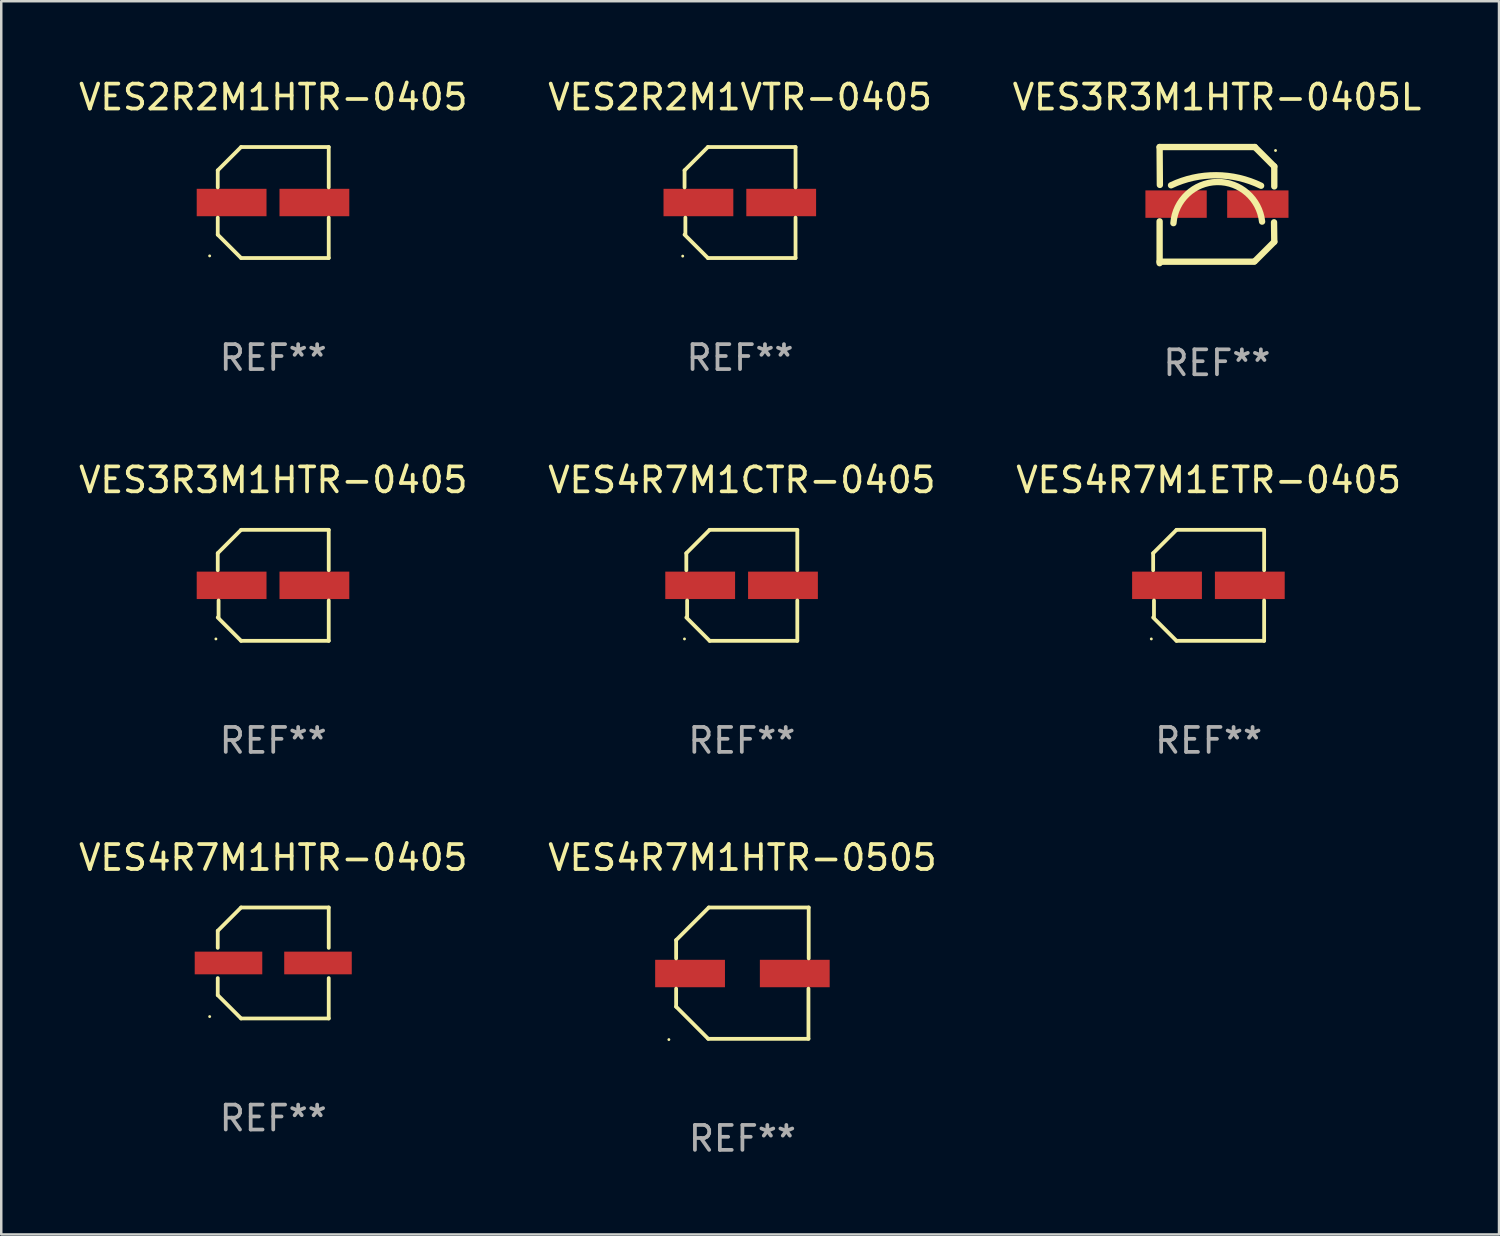
<source format=kicad_pcb>
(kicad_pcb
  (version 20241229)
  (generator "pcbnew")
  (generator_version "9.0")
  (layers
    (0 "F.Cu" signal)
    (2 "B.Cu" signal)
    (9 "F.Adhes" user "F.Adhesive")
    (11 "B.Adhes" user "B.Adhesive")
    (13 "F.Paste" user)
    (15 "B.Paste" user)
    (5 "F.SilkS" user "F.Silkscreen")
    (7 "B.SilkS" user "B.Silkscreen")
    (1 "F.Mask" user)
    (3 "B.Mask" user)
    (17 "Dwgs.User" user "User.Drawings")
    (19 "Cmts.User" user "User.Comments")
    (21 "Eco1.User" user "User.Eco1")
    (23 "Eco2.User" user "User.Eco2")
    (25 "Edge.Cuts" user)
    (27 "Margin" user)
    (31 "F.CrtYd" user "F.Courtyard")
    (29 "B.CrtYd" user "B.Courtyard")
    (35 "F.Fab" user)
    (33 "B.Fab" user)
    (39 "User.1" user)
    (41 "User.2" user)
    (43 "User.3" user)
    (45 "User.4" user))
  (footprint "VES2R2M1HTR-0405"
    (layer "F.Cu")
    (at 7.911 5.074)
    (property "Reference" "VES2R2M1HTR-0405" (at 0 -4.226 0) (layer "F.SilkS") (effects (font (size 1 1) (thickness 0.15))))
    (attr through_hole)
    (fp_line (start -2.226 -1.29) (end -2.226 -0.607) (stroke (width 0.152) (type solid)) (layer "F.SilkS"))
    (fp_line (start -2.226 1.29) (end -2.226 0.607) (stroke (width 0.152) (type solid)) (layer "F.SilkS"))
    (fp_line (start -1.29 -2.226) (end -2.226 -1.29) (stroke (width 0.152) (type solid)) (layer "F.SilkS"))
    (fp_line (start -1.29 2.226) (end -2.226 1.29) (stroke (width 0.152) (type solid)) (layer "F.SilkS"))
    (fp_line (start 2.226 -2.226) (end -1.29 -2.226) (stroke (width 0.152) (type solid)) (layer "F.SilkS"))
    (fp_line (start 2.226 -0.607) (end 2.226 -2.226) (stroke (width 0.152) (type solid)) (layer "F.SilkS"))
    (fp_line (start 2.226 0.607) (end 2.226 2.226) (stroke (width 0.152) (type solid)) (layer "F.SilkS"))
    (fp_line (start 2.226 2.226) (end -1.29 2.226) (stroke (width 0.152) (type solid)) (layer "F.SilkS"))
    (fp_circle (center -2.551 2.141) (end -2.521 2.141) (stroke (width 0.06) (type solid)) (fill no) (layer "F.SilkS"))
    (fp_text user "REF**" (at 0 6.226 0) (layer "F.Fab") (effects (font (size 1 1) (thickness 0.15))))
    (pad "1" smd rect (at -1.67 -0.000025) (size 2.8 1.1) (layers "F.Cu" "F.Mask" "F.Paste"))
    (pad "2" smd rect (at 1.651 -0.000025) (size 2.8 1.1) (layers "F.Cu" "F.Mask" "F.Paste")))
  (footprint "VES4R7M1ETR-0405"
    (layer "F.Cu")
    (at 45.435 20.431)
    (property "Reference" "VES4R7M1ETR-0405" (at 0 -4.226 0) (layer "F.SilkS") (effects (font (size 1 1) (thickness 0.15))))
    (attr through_hole)
    (fp_line (start -2.226 -1.29) (end -2.226 -0.607) (stroke (width 0.152) (type solid)) (layer "F.SilkS"))
    (fp_line (start -2.193 1.29) (end -2.193 0.607) (stroke (width 0.152) (type solid)) (layer "F.SilkS"))
    (fp_line (start -1.29 2.226) (end -2.226 1.29) (stroke (width 0.152) (type solid)) (layer "F.SilkS"))
    (fp_line (start -1.29 -2.226) (end -2.226 -1.29) (stroke (width 0.152) (type solid)) (layer "F.SilkS"))
    (fp_line (start 2.226 -2.226) (end -1.29 -2.226) (stroke (width 0.152) (type solid)) (layer "F.SilkS"))
    (fp_line (start 2.226 -0.607) (end 2.226 -2.226) (stroke (width 0.152) (type solid)) (layer "F.SilkS"))
    (fp_line (start 2.226 0.607) (end 2.226 2.226) (stroke (width 0.152) (type solid)) (layer "F.SilkS"))
    (fp_line (start 2.226 2.226) (end -1.29 2.226) (stroke (width 0.152) (type solid)) (layer "F.SilkS"))
    (fp_circle (center -2.3 2.15) (end -2.27 2.15) (stroke (width 0.06) (type solid)) (fill no) (layer "F.SilkS"))
    (fp_text user "REF**" (at 0 6.226 0) (layer "F.Fab") (effects (font (size 1 1) (thickness 0.15))))
    (pad "1" smd rect (at -1.67 -0.000025) (size 2.8 1.1) (layers "F.Cu" "F.Mask" "F.Paste"))
    (pad "2" smd rect (at 1.651 -0.000025) (size 2.8 1.1) (layers "F.Cu" "F.Mask" "F.Paste")))
  (footprint "VES4R7M1CTR-0405"
    (layer "F.Cu")
    (at 26.708 20.431)
    (property "Reference" "VES4R7M1CTR-0405" (at 0 -4.226 0) (layer "F.SilkS") (effects (font (size 1 1) (thickness 0.15))))
    (attr through_hole)
    (fp_line (start -2.226 -1.29) (end -2.226 -0.607) (stroke (width 0.152) (type solid)) (layer "F.SilkS"))
    (fp_line (start -2.193 1.29) (end -2.193 0.607) (stroke (width 0.152) (type solid)) (layer "F.SilkS"))
    (fp_line (start -1.29 2.226) (end -2.226 1.29) (stroke (width 0.152) (type solid)) (layer "F.SilkS"))
    (fp_line (start -1.29 -2.226) (end -2.226 -1.29) (stroke (width 0.152) (type solid)) (layer "F.SilkS"))
    (fp_line (start 2.226 -2.226) (end -1.29 -2.226) (stroke (width 0.152) (type solid)) (layer "F.SilkS"))
    (fp_line (start 2.226 -0.607) (end 2.226 -2.226) (stroke (width 0.152) (type solid)) (layer "F.SilkS"))
    (fp_line (start 2.226 0.607) (end 2.226 2.226) (stroke (width 0.152) (type solid)) (layer "F.SilkS"))
    (fp_line (start 2.226 2.226) (end -1.29 2.226) (stroke (width 0.152) (type solid)) (layer "F.SilkS"))
    (fp_circle (center -2.3 2.15) (end -2.27 2.15) (stroke (width 0.06) (type solid)) (fill no) (layer "F.SilkS"))
    (fp_text user "REF**" (at 0 6.226 0) (layer "F.Fab") (effects (font (size 1 1) (thickness 0.15))))
    (pad "1" smd rect (at -1.67 -0.000025) (size 2.8 1.1) (layers "F.Cu" "F.Mask" "F.Paste"))
    (pad "2" smd rect (at 1.651 -0.000025) (size 2.8 1.1) (layers "F.Cu" "F.Mask" "F.Paste")))
  (footprint "VES3R3M1HTR-0405"
    (layer "F.Cu")
    (at 7.911 20.431)
    (property "Reference" "VES3R3M1HTR-0405" (at 0 -4.226 0) (layer "F.SilkS") (effects (font (size 1 1) (thickness 0.15))))
    (attr through_hole)
    (fp_line (start -2.226 -1.29) (end -2.226 -0.607) (stroke (width 0.152) (type solid)) (layer "F.SilkS"))
    (fp_line (start -2.193 1.29) (end -2.193 0.607) (stroke (width 0.152) (type solid)) (layer "F.SilkS"))
    (fp_line (start -1.29 2.226) (end -2.226 1.29) (stroke (width 0.152) (type solid)) (layer "F.SilkS"))
    (fp_line (start -1.29 -2.226) (end -2.226 -1.29) (stroke (width 0.152) (type solid)) (layer "F.SilkS"))
    (fp_line (start 2.226 -2.226) (end -1.29 -2.226) (stroke (width 0.152) (type solid)) (layer "F.SilkS"))
    (fp_line (start 2.226 -0.607) (end 2.226 -2.226) (stroke (width 0.152) (type solid)) (layer "F.SilkS"))
    (fp_line (start 2.226 0.607) (end 2.226 2.226) (stroke (width 0.152) (type solid)) (layer "F.SilkS"))
    (fp_line (start 2.226 2.226) (end -1.29 2.226) (stroke (width 0.152) (type solid)) (layer "F.SilkS"))
    (fp_circle (center -2.3 2.15) (end -2.27 2.15) (stroke (width 0.06) (type solid)) (fill no) (layer "F.SilkS"))
    (fp_text user "REF**" (at 0 6.226 0) (layer "F.Fab") (effects (font (size 1 1) (thickness 0.15))))
    (pad "1" smd rect (at -1.67 -0.000025) (size 2.8 1.1) (layers "F.Cu" "F.Mask" "F.Paste"))
    (pad "2" smd rect (at 1.651 -0.000025) (size 2.8 1.1) (layers "F.Cu" "F.Mask" "F.Paste")))
  (footprint "VES2R2M1VTR-0405"
    (layer "F.Cu")
    (at 26.637 5.074)
    (property "Reference" "VES2R2M1VTR-0405" (at 0 -4.226 0) (layer "F.SilkS") (effects (font (size 1 1) (thickness 0.15))))
    (attr through_hole)
    (fp_line (start -2.226 -1.29) (end -2.226 -0.607) (stroke (width 0.152) (type solid)) (layer "F.SilkS"))
    (fp_line (start -2.193 1.29) (end -2.193 0.607) (stroke (width 0.152) (type solid)) (layer "F.SilkS"))
    (fp_line (start -1.29 2.226) (end -2.226 1.29) (stroke (width 0.152) (type solid)) (layer "F.SilkS"))
    (fp_line (start -1.29 -2.226) (end -2.226 -1.29) (stroke (width 0.152) (type solid)) (layer "F.SilkS"))
    (fp_line (start 2.226 -2.226) (end -1.29 -2.226) (stroke (width 0.152) (type solid)) (layer "F.SilkS"))
    (fp_line (start 2.226 -0.607) (end 2.226 -2.226) (stroke (width 0.152) (type solid)) (layer "F.SilkS"))
    (fp_line (start 2.226 0.607) (end 2.226 2.226) (stroke (width 0.152) (type solid)) (layer "F.SilkS"))
    (fp_line (start 2.226 2.226) (end -1.29 2.226) (stroke (width 0.152) (type solid)) (layer "F.SilkS"))
    (fp_circle (center -2.3 2.15) (end -2.27 2.15) (stroke (width 0.06) (type solid)) (fill no) (layer "F.SilkS"))
    (fp_text user "REF**" (at 0 6.226 0) (layer "F.Fab") (effects (font (size 1 1) (thickness 0.15))))
    (pad "1" smd rect (at -1.67 -0.000025) (size 2.8 1.1) (layers "F.Cu" "F.Mask" "F.Paste"))
    (pad "2" smd rect (at 1.651 -0.000025) (size 2.8 1.1) (layers "F.Cu" "F.Mask" "F.Paste")))
  (footprint "VES4R7M1HTR-0505"
    (layer "F.Cu")
    (at 26.732 35.988)
    (property "Reference" "VES4R7M1HTR-0505" (at 0 -4.634 0) (layer "F.SilkS") (effects (font (size 1 1) (thickness 0.15))))
    (attr through_hole)
    (fp_line (start -2.659 -1.326) (end -2.659 -0.592) (stroke (width 0.152) (type solid)) (layer "F.SilkS"))
    (fp_line (start -2.659 1.346) (end -2.659 0.622) (stroke (width 0.152) (type solid)) (layer "F.SilkS"))
    (fp_line (start -1.372 2.634) (end -2.659 1.346) (stroke (width 0.152) (type solid)) (layer "F.SilkS"))
    (fp_line (start -1.349 -2.634) (end -2.659 -1.326) (stroke (width 0.152) (type solid)) (layer "F.SilkS"))
    (fp_line (start 2.649 0.622) (end 2.649 2.634) (stroke (width 0.152) (type solid)) (layer "F.SilkS"))
    (fp_line (start 2.649 2.634) (end -1.372 2.634) (stroke (width 0.152) (type solid)) (layer "F.SilkS"))
    (fp_line (start 2.659 -2.634) (end -1.349 -2.634) (stroke (width 0.152) (type solid)) (layer "F.SilkS"))
    (fp_line (start 2.659 -0.592) (end 2.659 -2.634) (stroke (width 0.152) (type solid)) (layer "F.SilkS"))
    (fp_circle (center -2.95 2.665) (end -2.92 2.665) (stroke (width 0.06) (type solid)) (fill no) (layer "F.SilkS"))
    (fp_text user "REF**" (at 0 6.634 0) (layer "F.Fab") (effects (font (size 1 1) (thickness 0.15))))
    (pad "1" smd rect (at -2.1 0.015) (size 2.8 1.1) (layers "F.Cu" "F.Mask" "F.Paste"))
    (pad "2" smd rect (at 2.1 0.015) (size 2.8 1.1) (layers "F.Cu" "F.Mask" "F.Paste")))
  (footprint "VES4R7M1HTR-0405"
    (layer "F.Cu")
    (at 7.911 35.58)
    (property "Reference" "VES4R7M1HTR-0405" (at 0 -4.226 0) (layer "F.SilkS") (effects (font (size 1 1) (thickness 0.15))))
    (attr through_hole)
    (fp_line (start -2.226 -1.29) (end -1.29 -2.226) (stroke (width 0.152) (type solid)) (layer "F.SilkS"))
    (fp_line (start -2.226 -0.607) (end -2.226 -1.29) (stroke (width 0.152) (type solid)) (layer "F.SilkS"))
    (fp_line (start -2.226 0.607) (end -2.226 1.29) (stroke (width 0.152) (type solid)) (layer "F.SilkS"))
    (fp_line (start -2.226 1.29) (end -1.29 2.226) (stroke (width 0.152) (type solid)) (layer "F.SilkS"))
    (fp_line (start -1.29 -2.226) (end 2.226 -2.226) (stroke (width 0.152) (type solid)) (layer "F.SilkS"))
    (fp_line (start -1.29 2.226) (end 2.226 2.226) (stroke (width 0.152) (type solid)) (layer "F.SilkS"))
    (fp_line (start 2.226 -2.226) (end 2.226 -0.607) (stroke (width 0.152) (type solid)) (layer "F.SilkS"))
    (fp_line (start 2.226 2.226) (end 2.226 0.607) (stroke (width 0.152) (type solid)) (layer "F.SilkS"))
    (fp_circle (center -2.55 2.15) (end -2.52 2.15) (stroke (width 0.06) (type solid)) (fill no) (layer "F.SilkS"))
    (fp_text user "REF**" (at 0 6.226 0) (layer "F.Fab") (effects (font (size 1 1) (thickness 0.15))))
    (pad "1" smd rect (at -1.795 -0.000013) (size 2.71 0.91) (layers "F.Cu" "F.Mask" "F.Paste"))
    (pad "2" smd rect (at 1.795 -0.000013) (size 2.71 0.91) (layers "F.Cu" "F.Mask" "F.Paste")))
  (footprint "VES3R3M1HTR-0405L"
    (layer "F.Cu")
    (at 45.768 5.178)
    (property "Reference" "VES3R3M1HTR-0405L" (at 0 -4.33 0) (layer "F.SilkS") (effects (font (size 1 1) (thickness 0.15))))
    (attr through_hole)
    (fp_line (start -2.3 -2.33) (end 1.52 -2.33) (stroke (width 0.254) (type solid)) (layer "F.SilkS"))
    (fp_line (start -2.3 2.27) (end 1.49 2.27) (stroke (width 0.254) (type solid)) (layer "F.SilkS"))
    (fp_line (start -2.3 2.33) (end -2.3 0.651) (stroke (width 0.254) (type solid)) (layer "F.SilkS"))
    (fp_line (start -2.29 -0.81) (end -2.3 -2.33) (stroke (width 0.254) (type solid)) (layer "F.SilkS"))
    (fp_line (start 2.3 -1.55) (end 1.52 -2.33) (stroke (width 0.254) (type solid)) (layer "F.SilkS"))
    (fp_line (start 2.3 1.47) (end 1.52 2.25) (stroke (width 0.254) (type solid)) (layer "F.SilkS"))
    (fp_line (start 2.3 1.47) (end 2.29 0.69) (stroke (width 0.254) (type solid)) (layer "F.SilkS"))
    (fp_line (start 2.3 -0.75) (end 2.3 -1.55) (stroke (width 0.254) (type solid)) (layer "F.SilkS"))
    (fp_arc (start -1.842151 -0.794552) (mid -0.033717 -1.197402) (end 1.770752 -0.777152) (stroke (width 0.254001) (type solid)) (layer "F.SilkS"))
    (fp_arc (start -1.745757 0.723659) (mid 0.004392 -0.926664) (end 1.810884 0.661786) (stroke (width 0.254001) (type solid)) (layer "F.SilkS"))
    (fp_circle (center 2.35 -2.191) (end 2.38 -2.191) (stroke (width 0.06) (type solid)) (fill no) (layer "F.SilkS"))
    (fp_text user "REF**" (at 0 6.33 0) (layer "F.Fab") (effects (font (size 1 1) (thickness 0.15))))
    (pad "1" smd rect (at 1.64 -0.04) (size 2.46 1.1) (layers "F.Cu" "F.Mask" "F.Paste"))
    (pad "2" smd rect (at -1.64 -0.04) (size 2.46 1.1) (layers "F.Cu" "F.Mask" "F.Paste")))
  (gr_rect
    (start -3 -3)
    (end 57.083 46.47)
    (stroke (width 0.1) (type default))
    (fill no)
    (layer "Edge.Cuts")))
</source>
